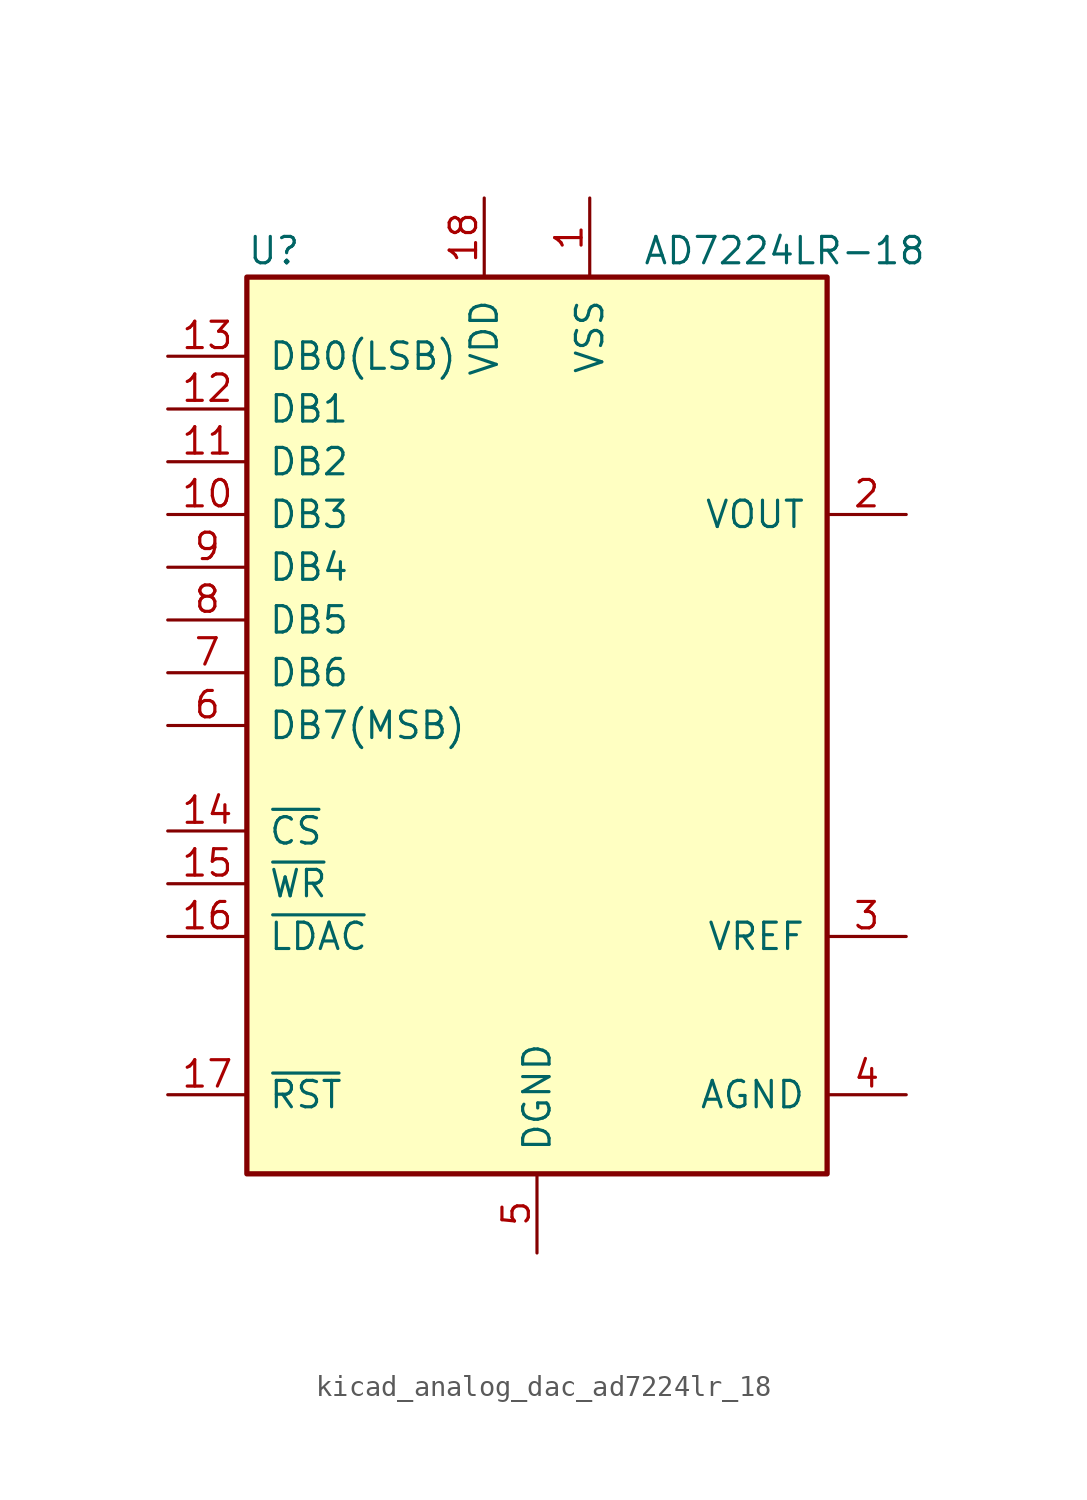
<source format=kicad_sym>
(kicad_symbol_lib
  (version 20220914)
  (generator kicad_symbol_editor)
  (symbol "kicad_analog_dac_ad7224lr_18"
    (pin_names
      (offset 1.016))
    (property "Reference" "U"
      (at -13.97 22.86 0)
      (effects (font (size 1.27 1.27)) (justify left)))
    (property "Value" "AD7224LR-18"
      (at 5.08 22.86 0)
      (effects (font (size 1.27 1.27)) (justify left)))
    (symbol "kicad_analog_dac_ad7224lr_18_1_1"
      (rectangle (start -13.97 -21.59) (end 13.97 21.59) (stroke (width 0.254) (type default)) (fill (type background)))
      (pin power_in line (at 2.54 25.4 270) (length 3.81) (name "VSS" (effects (font (size 1.27 1.27)))) (number "1" (effects (font (size 1.27 1.27)))))
      (pin input line (at -17.78 10.16 0) (length 3.81) (name "DB3" (effects (font (size 1.27 1.27)))) (number "10" (effects (font (size 1.27 1.27)))))
      (pin input line (at -17.78 12.7 0) (length 3.81) (name "DB2" (effects (font (size 1.27 1.27)))) (number "11" (effects (font (size 1.27 1.27)))))
      (pin input line (at -17.78 15.24 0) (length 3.81) (name "DB1" (effects (font (size 1.27 1.27)))) (number "12" (effects (font (size 1.27 1.27)))))
      (pin input line (at -17.78 17.78 0) (length 3.81) (name "DB0(LSB)" (effects (font (size 1.27 1.27)))) (number "13" (effects (font (size 1.27 1.27)))))
      (pin input line (at -17.78 -5.08 0) (length 3.81) (name "~{CS}" (effects (font (size 1.27 1.27)))) (number "14" (effects (font (size 1.27 1.27)))))
      (pin input line (at -17.78 -7.62 0) (length 3.81) (name "~{WR}" (effects (font (size 1.27 1.27)))) (number "15" (effects (font (size 1.27 1.27)))))
      (pin input line (at -17.78 -10.16 0) (length 3.81) (name "~{LDAC}" (effects (font (size 1.27 1.27)))) (number "16" (effects (font (size 1.27 1.27)))))
      (pin input line (at -17.78 -17.78 0) (length 3.81) (name "~{RST}" (effects (font (size 1.27 1.27)))) (number "17" (effects (font (size 1.27 1.27)))))
      (pin power_in line (at -2.54 25.4 270) (length 3.81) (name "VDD" (effects (font (size 1.27 1.27)))) (number "18" (effects (font (size 1.27 1.27)))))
      (pin output line (at 17.78 10.16 180) (length 3.81) (name "VOUT" (effects (font (size 1.27 1.27)))) (number "2" (effects (font (size 1.27 1.27)))))
      (pin passive line (at 17.78 -10.16 180) (length 3.81) (name "VREF" (effects (font (size 1.27 1.27)))) (number "3" (effects (font (size 1.27 1.27)))))
      (pin passive line (at 17.78 -17.78 180) (length 3.81) (name "AGND" (effects (font (size 1.27 1.27)))) (number "4" (effects (font (size 1.27 1.27)))))
      (pin power_in line (at 0 -25.4 90) (length 3.81) (name "DGND" (effects (font (size 1.27 1.27)))) (number "5" (effects (font (size 1.27 1.27)))))
      (pin input line (at -17.78 0 0) (length 3.81) (name "DB7(MSB)" (effects (font (size 1.27 1.27)))) (number "6" (effects (font (size 1.27 1.27)))))
      (pin input line (at -17.78 2.54 0) (length 3.81) (name "DB6" (effects (font (size 1.27 1.27)))) (number "7" (effects (font (size 1.27 1.27)))))
      (pin input line (at -17.78 5.08 0) (length 3.81) (name "DB5" (effects (font (size 1.27 1.27)))) (number "8" (effects (font (size 1.27 1.27)))))
      (pin input line (at -17.78 7.62 0) (length 3.81) (name "DB4" (effects (font (size 1.27 1.27)))) (number "9" (effects (font (size 1.27 1.27))))))))
</source>
